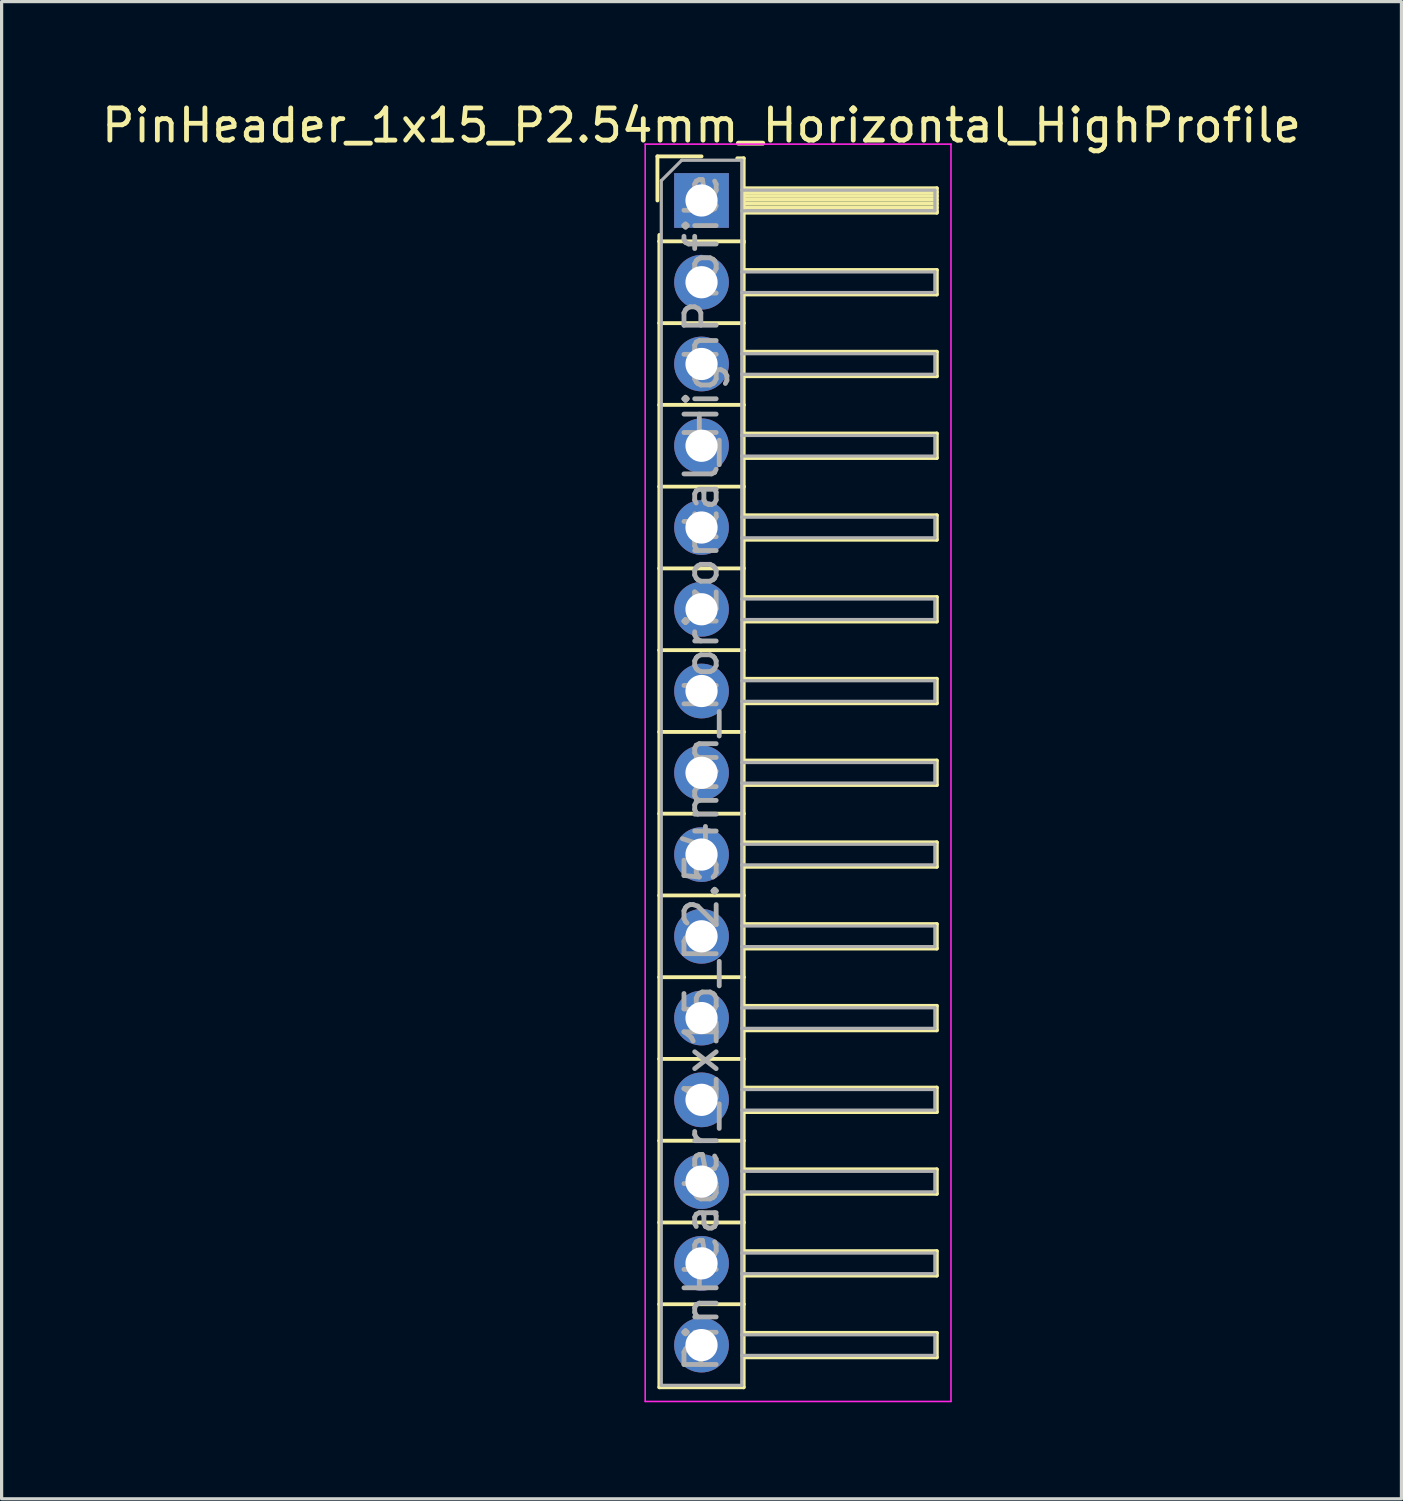
<source format=kicad_pcb>
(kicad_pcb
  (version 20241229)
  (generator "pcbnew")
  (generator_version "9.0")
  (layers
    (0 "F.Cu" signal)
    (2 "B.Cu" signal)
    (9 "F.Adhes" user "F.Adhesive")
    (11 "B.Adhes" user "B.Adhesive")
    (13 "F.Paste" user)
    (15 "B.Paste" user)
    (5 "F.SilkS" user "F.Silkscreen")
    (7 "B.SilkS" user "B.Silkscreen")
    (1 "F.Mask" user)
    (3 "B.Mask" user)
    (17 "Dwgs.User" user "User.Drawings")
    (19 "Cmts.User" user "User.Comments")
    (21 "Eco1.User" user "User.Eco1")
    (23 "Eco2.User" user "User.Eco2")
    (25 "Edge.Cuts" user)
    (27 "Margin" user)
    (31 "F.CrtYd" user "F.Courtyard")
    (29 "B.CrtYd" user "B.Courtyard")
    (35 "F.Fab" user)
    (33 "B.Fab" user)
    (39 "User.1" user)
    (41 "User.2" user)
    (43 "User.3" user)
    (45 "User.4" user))
  (footprint "PinHeader_1x15_P2.54mm_Horizontal_HighProfile"
    (layer "F.Cu")
    (at 18.744 3.178)
    (property "Reference" "PinHeader_1x15_P2.54mm_Horizontal_HighProfile" (at 0 -2.33 0) (layer "F.SilkS") (effects (font (size 1 1) (thickness 0.15))))
    (attr through_hole)
    (fp_line (start -1.37 -1.37) (end -1.37 0) (stroke (width 0.12) (type solid)) (layer "F.SilkS"))
    (fp_line (start -1.37 -1.37) (end 0 -1.37) (stroke (width 0.12) (type solid)) (layer "F.SilkS"))
    (fp_line (start -1.31 1.27) (end -1.31 1.07) (stroke (width 0.12) (type solid)) (layer "F.SilkS"))
    (fp_line (start -1.31 1.27) (end -1.31 3.81) (stroke (width 0.12) (type solid)) (layer "F.SilkS"))
    (fp_line (start -1.31 1.27) (end 1.31 1.27) (stroke (width 0.12) (type solid)) (layer "F.SilkS"))
    (fp_line (start -1.31 3.81) (end -1.31 6.35) (stroke (width 0.12) (type solid)) (layer "F.SilkS"))
    (fp_line (start -1.31 3.81) (end 1.31 3.81) (stroke (width 0.12) (type solid)) (layer "F.SilkS"))
    (fp_line (start -1.31 6.35) (end -1.31 8.89) (stroke (width 0.12) (type solid)) (layer "F.SilkS"))
    (fp_line (start -1.31 6.35) (end 1.31 6.35) (stroke (width 0.12) (type solid)) (layer "F.SilkS"))
    (fp_line (start -1.31 8.89) (end -1.31 11.43) (stroke (width 0.12) (type solid)) (layer "F.SilkS"))
    (fp_line (start -1.31 8.89) (end 1.31 8.89) (stroke (width 0.12) (type solid)) (layer "F.SilkS"))
    (fp_line (start -1.31 11.43) (end -1.31 13.97) (stroke (width 0.12) (type solid)) (layer "F.SilkS"))
    (fp_line (start -1.31 11.43) (end 1.31 11.43) (stroke (width 0.12) (type solid)) (layer "F.SilkS"))
    (fp_line (start -1.31 13.97) (end -1.31 16.51) (stroke (width 0.12) (type solid)) (layer "F.SilkS"))
    (fp_line (start -1.31 13.97) (end 1.31 13.97) (stroke (width 0.12) (type solid)) (layer "F.SilkS"))
    (fp_line (start -1.31 16.51) (end -1.31 19.05) (stroke (width 0.12) (type solid)) (layer "F.SilkS"))
    (fp_line (start -1.31 16.51) (end 1.31 16.51) (stroke (width 0.12) (type solid)) (layer "F.SilkS"))
    (fp_line (start -1.31 19.05) (end -1.31 21.59) (stroke (width 0.12) (type solid)) (layer "F.SilkS"))
    (fp_line (start -1.31 19.05) (end 1.31 19.05) (stroke (width 0.12) (type solid)) (layer "F.SilkS"))
    (fp_line (start -1.31 21.59) (end -1.31 24.13) (stroke (width 0.12) (type solid)) (layer "F.SilkS"))
    (fp_line (start -1.31 21.59) (end 1.31 21.59) (stroke (width 0.12) (type solid)) (layer "F.SilkS"))
    (fp_line (start -1.31 24.13) (end -1.31 26.67) (stroke (width 0.12) (type solid)) (layer "F.SilkS"))
    (fp_line (start -1.31 24.13) (end 1.31 24.13) (stroke (width 0.12) (type solid)) (layer "F.SilkS"))
    (fp_line (start -1.31 26.67) (end -1.31 29.21) (stroke (width 0.12) (type solid)) (layer "F.SilkS"))
    (fp_line (start -1.31 26.67) (end 1.31 26.67) (stroke (width 0.12) (type solid)) (layer "F.SilkS"))
    (fp_line (start -1.31 29.21) (end -1.31 31.75) (stroke (width 0.12) (type solid)) (layer "F.SilkS"))
    (fp_line (start -1.31 29.21) (end 1.31 29.21) (stroke (width 0.12) (type solid)) (layer "F.SilkS"))
    (fp_line (start -1.31 31.75) (end -1.31 34.29) (stroke (width 0.12) (type solid)) (layer "F.SilkS"))
    (fp_line (start -1.31 31.75) (end 1.31 31.75) (stroke (width 0.12) (type solid)) (layer "F.SilkS"))
    (fp_line (start -1.31 34.29) (end -1.31 36.87) (stroke (width 0.12) (type solid)) (layer "F.SilkS"))
    (fp_line (start -1.31 34.29) (end 1.31 34.29) (stroke (width 0.12) (type solid)) (layer "F.SilkS"))
    (fp_line (start -1.31 36.87) (end 1.31 36.87) (stroke (width 0.12) (type solid)) (layer "F.SilkS"))
    (fp_line (start 1.11 -1.31) (end 1.31 -1.31) (stroke (width 0.12) (type solid)) (layer "F.SilkS"))
    (fp_line (start 1.31 -1.31) (end 1.31 1.31) (stroke (width 0.12) (type solid)) (layer "F.SilkS"))
    (fp_line (start 1.31 -0.38) (end 7.31 -0.38) (stroke (width 0.12) (type solid)) (layer "F.SilkS"))
    (fp_line (start 1.31 -0.26) (end 7.31 -0.26) (stroke (width 0.12) (type solid)) (layer "F.SilkS"))
    (fp_line (start 1.31 -0.14) (end 7.31 -0.14) (stroke (width 0.12) (type solid)) (layer "F.SilkS"))
    (fp_line (start 1.31 -0.02) (end 7.31 -0.02) (stroke (width 0.12) (type solid)) (layer "F.SilkS"))
    (fp_line (start 1.31 0.1) (end 7.31 0.1) (stroke (width 0.12) (type solid)) (layer "F.SilkS"))
    (fp_line (start 1.31 0.22) (end 7.31 0.22) (stroke (width 0.12) (type solid)) (layer "F.SilkS"))
    (fp_line (start 1.31 0.34) (end 7.31 0.34) (stroke (width 0.12) (type solid)) (layer "F.SilkS"))
    (fp_line (start 1.31 0.38) (end 7.31 0.38) (stroke (width 0.12) (type solid)) (layer "F.SilkS"))
    (fp_line (start 1.31 1.27) (end 1.31 3.81) (stroke (width 0.12) (type solid)) (layer "F.SilkS"))
    (fp_line (start 1.31 2.16) (end 7.31 2.16) (stroke (width 0.12) (type solid)) (layer "F.SilkS"))
    (fp_line (start 1.31 2.92) (end 7.31 2.92) (stroke (width 0.12) (type solid)) (layer "F.SilkS"))
    (fp_line (start 1.31 3.81) (end 1.31 6.35) (stroke (width 0.12) (type solid)) (layer "F.SilkS"))
    (fp_line (start 1.31 4.7) (end 7.31 4.7) (stroke (width 0.12) (type solid)) (layer "F.SilkS"))
    (fp_line (start 1.31 5.46) (end 7.31 5.46) (stroke (width 0.12) (type solid)) (layer "F.SilkS"))
    (fp_line (start 1.31 6.35) (end 1.31 8.89) (stroke (width 0.12) (type solid)) (layer "F.SilkS"))
    (fp_line (start 1.31 7.24) (end 7.31 7.24) (stroke (width 0.12) (type solid)) (layer "F.SilkS"))
    (fp_line (start 1.31 8) (end 7.31 8) (stroke (width 0.12) (type solid)) (layer "F.SilkS"))
    (fp_line (start 1.31 8.89) (end 1.31 11.43) (stroke (width 0.12) (type solid)) (layer "F.SilkS"))
    (fp_line (start 1.31 9.78) (end 7.31 9.78) (stroke (width 0.12) (type solid)) (layer "F.SilkS"))
    (fp_line (start 1.31 10.54) (end 7.31 10.54) (stroke (width 0.12) (type solid)) (layer "F.SilkS"))
    (fp_line (start 1.31 11.43) (end 1.31 13.97) (stroke (width 0.12) (type solid)) (layer "F.SilkS"))
    (fp_line (start 1.31 12.32) (end 7.31 12.32) (stroke (width 0.12) (type solid)) (layer "F.SilkS"))
    (fp_line (start 1.31 13.08) (end 7.31 13.08) (stroke (width 0.12) (type solid)) (layer "F.SilkS"))
    (fp_line (start 1.31 13.97) (end 1.31 16.51) (stroke (width 0.12) (type solid)) (layer "F.SilkS"))
    (fp_line (start 1.31 14.86) (end 7.31 14.86) (stroke (width 0.12) (type solid)) (layer "F.SilkS"))
    (fp_line (start 1.31 15.62) (end 7.31 15.62) (stroke (width 0.12) (type solid)) (layer "F.SilkS"))
    (fp_line (start 1.31 16.51) (end 1.31 19.05) (stroke (width 0.12) (type solid)) (layer "F.SilkS"))
    (fp_line (start 1.31 17.4) (end 7.31 17.4) (stroke (width 0.12) (type solid)) (layer "F.SilkS"))
    (fp_line (start 1.31 18.16) (end 7.31 18.16) (stroke (width 0.12) (type solid)) (layer "F.SilkS"))
    (fp_line (start 1.31 19.05) (end 1.31 21.59) (stroke (width 0.12) (type solid)) (layer "F.SilkS"))
    (fp_line (start 1.31 19.94) (end 7.31 19.94) (stroke (width 0.12) (type solid)) (layer "F.SilkS"))
    (fp_line (start 1.31 20.7) (end 7.31 20.7) (stroke (width 0.12) (type solid)) (layer "F.SilkS"))
    (fp_line (start 1.31 21.59) (end 1.31 24.13) (stroke (width 0.12) (type solid)) (layer "F.SilkS"))
    (fp_line (start 1.31 22.48) (end 7.31 22.48) (stroke (width 0.12) (type solid)) (layer "F.SilkS"))
    (fp_line (start 1.31 23.24) (end 7.31 23.24) (stroke (width 0.12) (type solid)) (layer "F.SilkS"))
    (fp_line (start 1.31 24.13) (end 1.31 26.67) (stroke (width 0.12) (type solid)) (layer "F.SilkS"))
    (fp_line (start 1.31 25.02) (end 7.31 25.02) (stroke (width 0.12) (type solid)) (layer "F.SilkS"))
    (fp_line (start 1.31 25.78) (end 7.31 25.78) (stroke (width 0.12) (type solid)) (layer "F.SilkS"))
    (fp_line (start 1.31 26.67) (end 1.31 29.21) (stroke (width 0.12) (type solid)) (layer "F.SilkS"))
    (fp_line (start 1.31 27.56) (end 7.31 27.56) (stroke (width 0.12) (type solid)) (layer "F.SilkS"))
    (fp_line (start 1.31 28.32) (end 7.31 28.32) (stroke (width 0.12) (type solid)) (layer "F.SilkS"))
    (fp_line (start 1.31 29.21) (end 1.31 31.75) (stroke (width 0.12) (type solid)) (layer "F.SilkS"))
    (fp_line (start 1.31 30.1) (end 7.31 30.1) (stroke (width 0.12) (type solid)) (layer "F.SilkS"))
    (fp_line (start 1.31 30.86) (end 7.31 30.86) (stroke (width 0.12) (type solid)) (layer "F.SilkS"))
    (fp_line (start 1.31 31.75) (end 1.31 34.29) (stroke (width 0.12) (type solid)) (layer "F.SilkS"))
    (fp_line (start 1.31 32.64) (end 7.31 32.64) (stroke (width 0.12) (type solid)) (layer "F.SilkS"))
    (fp_line (start 1.31 33.4) (end 7.31 33.4) (stroke (width 0.12) (type solid)) (layer "F.SilkS"))
    (fp_line (start 1.31 34.29) (end 1.31 36.87) (stroke (width 0.12) (type solid)) (layer "F.SilkS"))
    (fp_line (start 1.31 35.18) (end 7.31 35.18) (stroke (width 0.12) (type solid)) (layer "F.SilkS"))
    (fp_line (start 1.31 35.94) (end 7.31 35.94) (stroke (width 0.12) (type solid)) (layer "F.SilkS"))
    (fp_line (start 7.31 -0.38) (end 7.31 0.38) (stroke (width 0.12) (type solid)) (layer "F.SilkS"))
    (fp_line (start 7.31 2.16) (end 7.31 2.92) (stroke (width 0.12) (type solid)) (layer "F.SilkS"))
    (fp_line (start 7.31 4.7) (end 7.31 5.46) (stroke (width 0.12) (type solid)) (layer "F.SilkS"))
    (fp_line (start 7.31 7.24) (end 7.31 8) (stroke (width 0.12) (type solid)) (layer "F.SilkS"))
    (fp_line (start 7.31 9.78) (end 7.31 10.54) (stroke (width 0.12) (type solid)) (layer "F.SilkS"))
    (fp_line (start 7.31 12.32) (end 7.31 13.08) (stroke (width 0.12) (type solid)) (layer "F.SilkS"))
    (fp_line (start 7.31 14.86) (end 7.31 15.62) (stroke (width 0.12) (type solid)) (layer "F.SilkS"))
    (fp_line (start 7.31 17.4) (end 7.31 18.16) (stroke (width 0.12) (type solid)) (layer "F.SilkS"))
    (fp_line (start 7.31 19.94) (end 7.31 20.7) (stroke (width 0.12) (type solid)) (layer "F.SilkS"))
    (fp_line (start 7.31 22.48) (end 7.31 23.24) (stroke (width 0.12) (type solid)) (layer "F.SilkS"))
    (fp_line (start 7.31 25.02) (end 7.31 25.78) (stroke (width 0.12) (type solid)) (layer "F.SilkS"))
    (fp_line (start 7.31 27.56) (end 7.31 28.32) (stroke (width 0.12) (type solid)) (layer "F.SilkS"))
    (fp_line (start 7.31 30.1) (end 7.31 30.86) (stroke (width 0.12) (type solid)) (layer "F.SilkS"))
    (fp_line (start 7.31 32.64) (end 7.31 33.4) (stroke (width 0.12) (type solid)) (layer "F.SilkS"))
    (fp_line (start 7.31 35.18) (end 7.31 35.94) (stroke (width 0.12) (type solid)) (layer "F.SilkS"))
    (fp_line (start -1.75 -1.75) (end -1.75 37.31) (stroke (width 0.05) (type solid)) (layer "F.CrtYd"))
    (fp_line (start -1.75 -1.75) (end 7.75 -1.75) (stroke (width 0.05) (type solid)) (layer "F.CrtYd"))
    (fp_line (start -1.75 37.31) (end 7.75 37.31) (stroke (width 0.05) (type solid)) (layer "F.CrtYd"))
    (fp_line (start 7.75 -1.75) (end 7.75 37.31) (stroke (width 0.05) (type solid)) (layer "F.CrtYd"))
    (fp_line (start -1.25 -0.615) (end -1.25 36.81) (stroke (width 0.1) (type solid)) (layer "F.Fab"))
    (fp_line (start -1.25 -0.615) (end -0.615 -1.25) (stroke (width 0.1) (type solid)) (layer "F.Fab"))
    (fp_line (start -1.25 36.81) (end 1.25 36.81) (stroke (width 0.1) (type solid)) (layer "F.Fab"))
    (fp_line (start -0.615 -1.25) (end 1.25 -1.25) (stroke (width 0.1) (type solid)) (layer "F.Fab"))
    (fp_line (start 1.25 -1.25) (end 1.25 36.81) (stroke (width 0.1) (type solid)) (layer "F.Fab"))
    (fp_line (start 1.25 -0.32) (end 7.25 -0.32) (stroke (width 0.1) (type solid)) (layer "F.Fab"))
    (fp_line (start 1.25 0.32) (end 7.25 0.32) (stroke (width 0.1) (type solid)) (layer "F.Fab"))
    (fp_line (start 1.25 2.22) (end 7.25 2.22) (stroke (width 0.1) (type solid)) (layer "F.Fab"))
    (fp_line (start 1.25 2.86) (end 7.25 2.86) (stroke (width 0.1) (type solid)) (layer "F.Fab"))
    (fp_line (start 1.25 4.76) (end 7.25 4.76) (stroke (width 0.1) (type solid)) (layer "F.Fab"))
    (fp_line (start 1.25 5.4) (end 7.25 5.4) (stroke (width 0.1) (type solid)) (layer "F.Fab"))
    (fp_line (start 1.25 7.3) (end 7.25 7.3) (stroke (width 0.1) (type solid)) (layer "F.Fab"))
    (fp_line (start 1.25 7.94) (end 7.25 7.94) (stroke (width 0.1) (type solid)) (layer "F.Fab"))
    (fp_line (start 1.25 9.84) (end 7.25 9.84) (stroke (width 0.1) (type solid)) (layer "F.Fab"))
    (fp_line (start 1.25 10.48) (end 7.25 10.48) (stroke (width 0.1) (type solid)) (layer "F.Fab"))
    (fp_line (start 1.25 12.38) (end 7.25 12.38) (stroke (width 0.1) (type solid)) (layer "F.Fab"))
    (fp_line (start 1.25 13.02) (end 7.25 13.02) (stroke (width 0.1) (type solid)) (layer "F.Fab"))
    (fp_line (start 1.25 14.92) (end 7.25 14.92) (stroke (width 0.1) (type solid)) (layer "F.Fab"))
    (fp_line (start 1.25 15.56) (end 7.25 15.56) (stroke (width 0.1) (type solid)) (layer "F.Fab"))
    (fp_line (start 1.25 17.46) (end 7.25 17.46) (stroke (width 0.1) (type solid)) (layer "F.Fab"))
    (fp_line (start 1.25 18.1) (end 7.25 18.1) (stroke (width 0.1) (type solid)) (layer "F.Fab"))
    (fp_line (start 1.25 20) (end 7.25 20) (stroke (width 0.1) (type solid)) (layer "F.Fab"))
    (fp_line (start 1.25 20.64) (end 7.25 20.64) (stroke (width 0.1) (type solid)) (layer "F.Fab"))
    (fp_line (start 1.25 22.54) (end 7.25 22.54) (stroke (width 0.1) (type solid)) (layer "F.Fab"))
    (fp_line (start 1.25 23.18) (end 7.25 23.18) (stroke (width 0.1) (type solid)) (layer "F.Fab"))
    (fp_line (start 1.25 25.08) (end 7.25 25.08) (stroke (width 0.1) (type solid)) (layer "F.Fab"))
    (fp_line (start 1.25 25.72) (end 7.25 25.72) (stroke (width 0.1) (type solid)) (layer "F.Fab"))
    (fp_line (start 1.25 27.62) (end 7.25 27.62) (stroke (width 0.1) (type solid)) (layer "F.Fab"))
    (fp_line (start 1.25 28.26) (end 7.25 28.26) (stroke (width 0.1) (type solid)) (layer "F.Fab"))
    (fp_line (start 1.25 30.16) (end 7.25 30.16) (stroke (width 0.1) (type solid)) (layer "F.Fab"))
    (fp_line (start 1.25 30.8) (end 7.25 30.8) (stroke (width 0.1) (type solid)) (layer "F.Fab"))
    (fp_line (start 1.25 32.7) (end 7.25 32.7) (stroke (width 0.1) (type solid)) (layer "F.Fab"))
    (fp_line (start 1.25 33.34) (end 7.25 33.34) (stroke (width 0.1) (type solid)) (layer "F.Fab"))
    (fp_line (start 1.25 35.24) (end 7.25 35.24) (stroke (width 0.1) (type solid)) (layer "F.Fab"))
    (fp_line (start 1.25 35.88) (end 7.25 35.88) (stroke (width 0.1) (type solid)) (layer "F.Fab"))
    (fp_line (start 7.25 -0.32) (end 7.25 0.32) (stroke (width 0.1) (type solid)) (layer "F.Fab"))
    (fp_line (start 7.25 2.22) (end 7.25 2.86) (stroke (width 0.1) (type solid)) (layer "F.Fab"))
    (fp_line (start 7.25 4.76) (end 7.25 5.4) (stroke (width 0.1) (type solid)) (layer "F.Fab"))
    (fp_line (start 7.25 7.3) (end 7.25 7.94) (stroke (width 0.1) (type solid)) (layer "F.Fab"))
    (fp_line (start 7.25 9.84) (end 7.25 10.48) (stroke (width 0.1) (type solid)) (layer "F.Fab"))
    (fp_line (start 7.25 12.38) (end 7.25 13.02) (stroke (width 0.1) (type solid)) (layer "F.Fab"))
    (fp_line (start 7.25 14.92) (end 7.25 15.56) (stroke (width 0.1) (type solid)) (layer "F.Fab"))
    (fp_line (start 7.25 17.46) (end 7.25 18.1) (stroke (width 0.1) (type solid)) (layer "F.Fab"))
    (fp_line (start 7.25 20) (end 7.25 20.64) (stroke (width 0.1) (type solid)) (layer "F.Fab"))
    (fp_line (start 7.25 22.54) (end 7.25 23.18) (stroke (width 0.1) (type solid)) (layer "F.Fab"))
    (fp_line (start 7.25 25.08) (end 7.25 25.72) (stroke (width 0.1) (type solid)) (layer "F.Fab"))
    (fp_line (start 7.25 27.62) (end 7.25 28.26) (stroke (width 0.1) (type solid)) (layer "F.Fab"))
    (fp_line (start 7.25 30.16) (end 7.25 30.8) (stroke (width 0.1) (type solid)) (layer "F.Fab"))
    (fp_line (start 7.25 32.7) (end 7.25 33.34) (stroke (width 0.1) (type solid)) (layer "F.Fab"))
    (fp_line (start 7.25 35.24) (end 7.25 35.88) (stroke (width 0.1) (type solid)) (layer "F.Fab"))
    (fp_text user "${REFERENCE}" (at 0 17.78 90) (layer "F.Fab") (effects (font (size 1 1) (thickness 0.15))))
    (pad "1" thru_hole rect (at 0 0) (size 1.7 1.7) (drill 1) (layers "*.Cu" "*.Mask"))
    (pad "2" thru_hole oval (at 0 2.54) (size 1.7 1.7) (drill 1) (layers "*.Cu" "*.Mask"))
    (pad "3" thru_hole oval (at 0 5.08) (size 1.7 1.7) (drill 1) (layers "*.Cu" "*.Mask"))
    (pad "4" thru_hole oval (at 0 7.62) (size 1.7 1.7) (drill 1) (layers "*.Cu" "*.Mask"))
    (pad "5" thru_hole oval (at 0 10.16) (size 1.7 1.7) (drill 1) (layers "*.Cu" "*.Mask"))
    (pad "6" thru_hole oval (at 0 12.7) (size 1.7 1.7) (drill 1) (layers "*.Cu" "*.Mask"))
    (pad "7" thru_hole oval (at 0 15.24) (size 1.7 1.7) (drill 1) (layers "*.Cu" "*.Mask"))
    (pad "8" thru_hole oval (at 0 17.78) (size 1.7 1.7) (drill 1) (layers "*.Cu" "*.Mask"))
    (pad "9" thru_hole oval (at 0 20.32) (size 1.7 1.7) (drill 1) (layers "*.Cu" "*.Mask"))
    (pad "10" thru_hole oval (at 0 22.86) (size 1.7 1.7) (drill 1) (layers "*.Cu" "*.Mask"))
    (pad "11" thru_hole oval (at 0 25.4) (size 1.7 1.7) (drill 1) (layers "*.Cu" "*.Mask"))
    (pad "12" thru_hole oval (at 0 27.94) (size 1.7 1.7) (drill 1) (layers "*.Cu" "*.Mask"))
    (pad "13" thru_hole oval (at 0 30.48) (size 1.7 1.7) (drill 1) (layers "*.Cu" "*.Mask"))
    (pad "14" thru_hole oval (at 0 33.02) (size 1.7 1.7) (drill 1) (layers "*.Cu" "*.Mask"))
    (pad "15" thru_hole oval (at 0 35.56) (size 1.7 1.7) (drill 1) (layers "*.Cu" "*.Mask")))
  (gr_rect
    (start -3 -3)
    (end 40.488 43.513)
    (stroke (width 0.1) (type default))
    (fill no)
    (layer "Edge.Cuts")))
</source>
